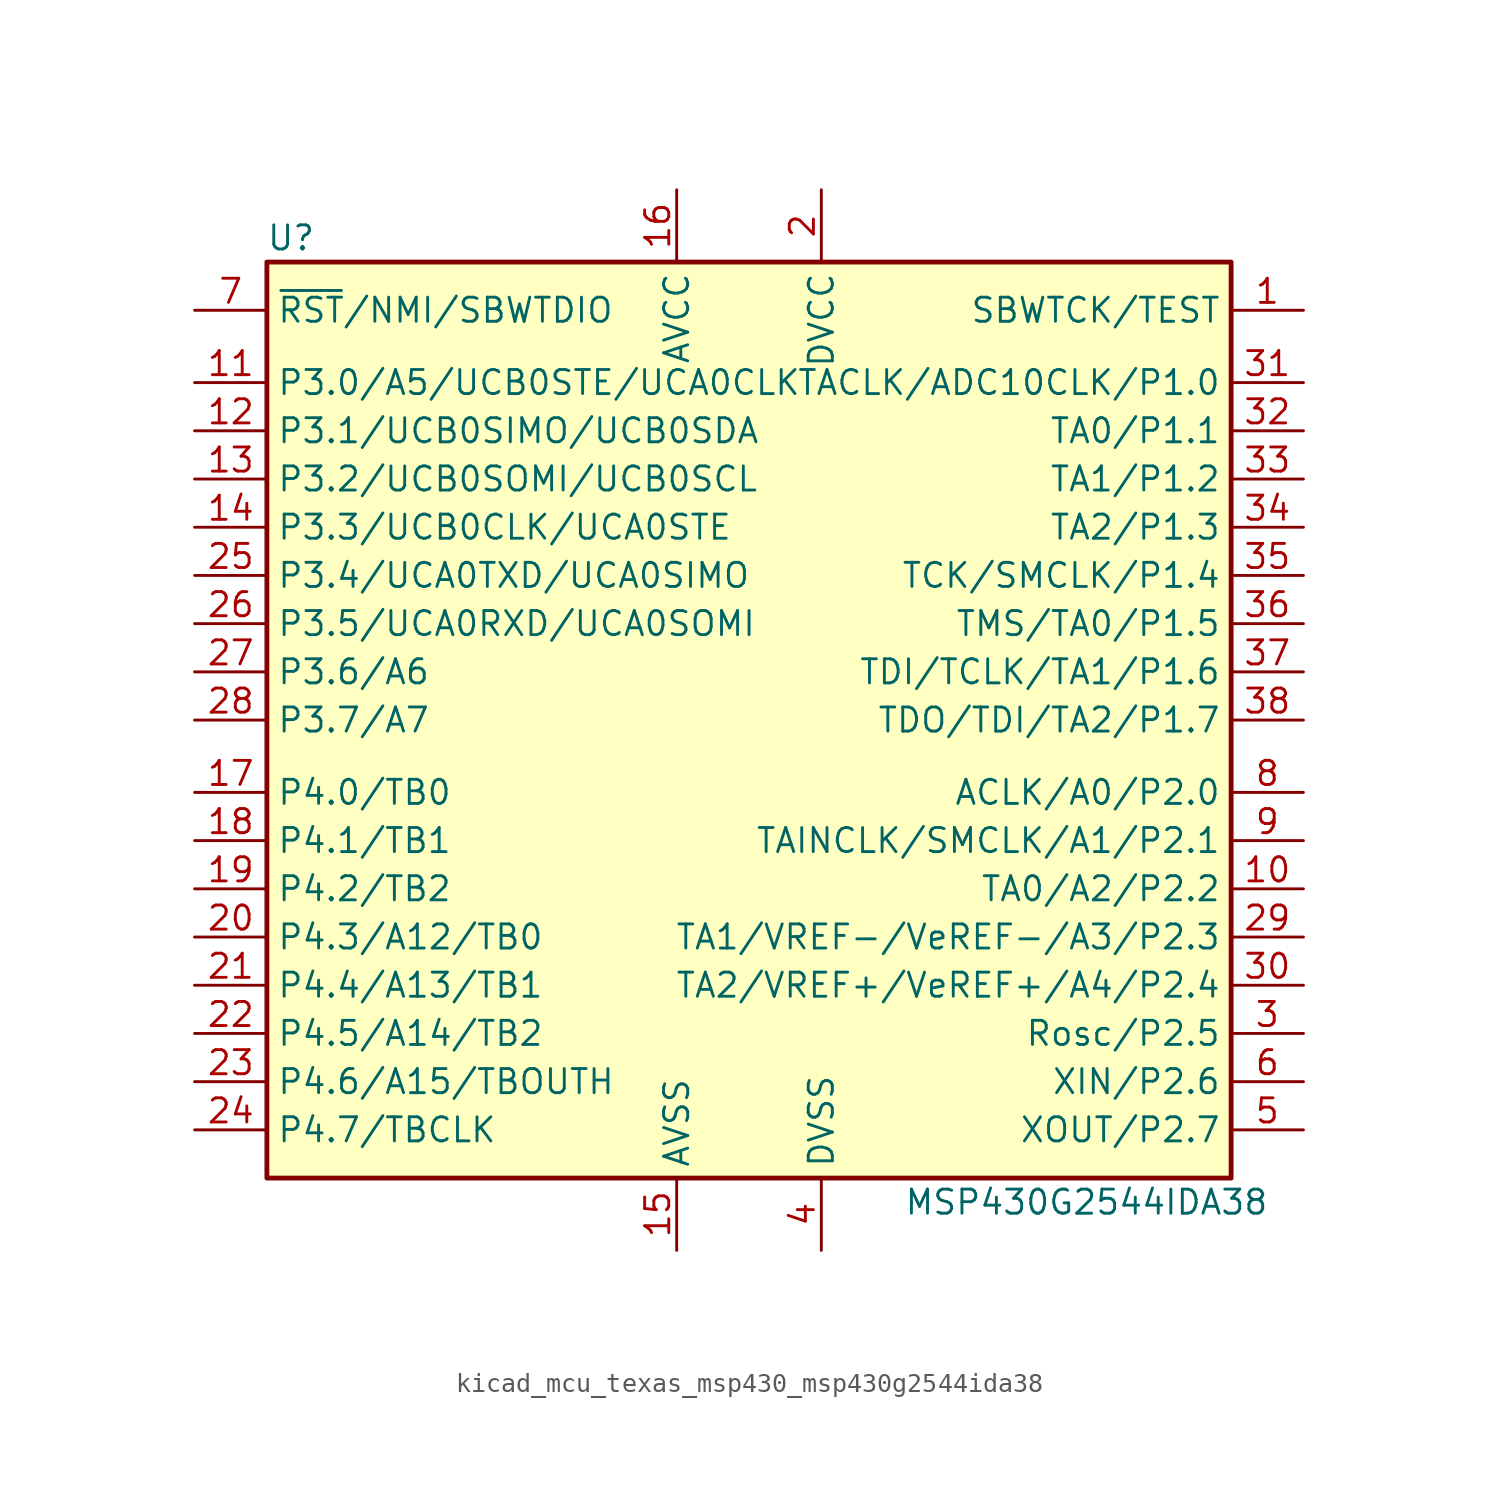
<source format=kicad_sym>
(kicad_symbol_lib
  (version 20220914)
  (generator kicad_symbol_editor)
  (symbol "kicad_mcu_texas_msp430_msp430g2544ida38"
    (property "Reference" "U"
      (at -24.13 25.4 0)
      (effects (font (size 1.27 1.27))))
    (property "Value" "MSP430G2544IDA38"
      (at 17.78 -25.4 0)
      (effects (font (size 1.27 1.27))))
    (symbol "kicad_mcu_texas_msp430_msp430g2544ida38_0_1"
      (rectangle (start -25.4 24.13) (end 25.4 -24.13) (stroke (width 0.254) (type default)) (fill (type background))))
    (symbol "kicad_mcu_texas_msp430_msp430g2544ida38_1_1"
      (pin input line (at 29.21 21.59 180) (length 3.81) (name "SBWTCK/TEST" (effects (font (size 1.27 1.27)))) (number "1" (effects (font (size 1.27 1.27)))))
      (pin bidirectional line (at 29.21 -8.89 180) (length 3.81) (name "TA0/A2/P2.2" (effects (font (size 1.27 1.27)))) (number "10" (effects (font (size 1.27 1.27)))))
      (pin bidirectional line (at -29.21 17.78 0) (length 3.81) (name "P3.0/A5/UCB0STE/UCA0CLK" (effects (font (size 1.27 1.27)))) (number "11" (effects (font (size 1.27 1.27)))))
      (pin bidirectional line (at -29.21 15.24 0) (length 3.81) (name "P3.1/UCB0SIMO/UCB0SDA" (effects (font (size 1.27 1.27)))) (number "12" (effects (font (size 1.27 1.27)))))
      (pin bidirectional line (at -29.21 12.7 0) (length 3.81) (name "P3.2/UCB0SOMI/UCB0SCL" (effects (font (size 1.27 1.27)))) (number "13" (effects (font (size 1.27 1.27)))))
      (pin bidirectional line (at -29.21 10.16 0) (length 3.81) (name "P3.3/UCB0CLK/UCA0STE" (effects (font (size 1.27 1.27)))) (number "14" (effects (font (size 1.27 1.27)))))
      (pin power_in line (at -3.81 -27.94 90) (length 3.81) (name "AVSS" (effects (font (size 1.27 1.27)))) (number "15" (effects (font (size 1.27 1.27)))))
      (pin power_in line (at -3.81 27.94 270) (length 3.81) (name "AVCC" (effects (font (size 1.27 1.27)))) (number "16" (effects (font (size 1.27 1.27)))))
      (pin bidirectional line (at -29.21 -3.81 0) (length 3.81) (name "P4.0/TB0" (effects (font (size 1.27 1.27)))) (number "17" (effects (font (size 1.27 1.27)))))
      (pin bidirectional line (at -29.21 -6.35 0) (length 3.81) (name "P4.1/TB1" (effects (font (size 1.27 1.27)))) (number "18" (effects (font (size 1.27 1.27)))))
      (pin bidirectional line (at -29.21 -8.89 0) (length 3.81) (name "P4.2/TB2" (effects (font (size 1.27 1.27)))) (number "19" (effects (font (size 1.27 1.27)))))
      (pin power_in line (at 3.81 27.94 270) (length 3.81) (name "DVCC" (effects (font (size 1.27 1.27)))) (number "2" (effects (font (size 1.27 1.27)))))
      (pin bidirectional line (at -29.21 -11.43 0) (length 3.81) (name "P4.3/A12/TB0" (effects (font (size 1.27 1.27)))) (number "20" (effects (font (size 1.27 1.27)))))
      (pin bidirectional line (at -29.21 -13.97 0) (length 3.81) (name "P4.4/A13/TB1" (effects (font (size 1.27 1.27)))) (number "21" (effects (font (size 1.27 1.27)))))
      (pin bidirectional line (at -29.21 -16.51 0) (length 3.81) (name "P4.5/A14/TB2" (effects (font (size 1.27 1.27)))) (number "22" (effects (font (size 1.27 1.27)))))
      (pin bidirectional line (at -29.21 -19.05 0) (length 3.81) (name "P4.6/A15/TBOUTH" (effects (font (size 1.27 1.27)))) (number "23" (effects (font (size 1.27 1.27)))))
      (pin bidirectional line (at -29.21 -21.59 0) (length 3.81) (name "P4.7/TBCLK" (effects (font (size 1.27 1.27)))) (number "24" (effects (font (size 1.27 1.27)))))
      (pin bidirectional line (at -29.21 7.62 0) (length 3.81) (name "P3.4/UCA0TXD/UCA0SIMO" (effects (font (size 1.27 1.27)))) (number "25" (effects (font (size 1.27 1.27)))))
      (pin bidirectional line (at -29.21 5.08 0) (length 3.81) (name "P3.5/UCA0RXD/UCA0SOMI" (effects (font (size 1.27 1.27)))) (number "26" (effects (font (size 1.27 1.27)))))
      (pin bidirectional line (at -29.21 2.54 0) (length 3.81) (name "P3.6/A6" (effects (font (size 1.27 1.27)))) (number "27" (effects (font (size 1.27 1.27)))))
      (pin bidirectional line (at -29.21 0 0) (length 3.81) (name "P3.7/A7" (effects (font (size 1.27 1.27)))) (number "28" (effects (font (size 1.27 1.27)))))
      (pin bidirectional line (at 29.21 -11.43 180) (length 3.81) (name "TA1/VREF-/VeREF-/A3/P2.3" (effects (font (size 1.27 1.27)))) (number "29" (effects (font (size 1.27 1.27)))))
      (pin bidirectional line (at 29.21 -16.51 180) (length 3.81) (name "Rosc/P2.5" (effects (font (size 1.27 1.27)))) (number "3" (effects (font (size 1.27 1.27)))))
      (pin bidirectional line (at 29.21 -13.97 180) (length 3.81) (name "TA2/VREF+/VeREF+/A4/P2.4" (effects (font (size 1.27 1.27)))) (number "30" (effects (font (size 1.27 1.27)))))
      (pin bidirectional line (at 29.21 17.78 180) (length 3.81) (name "TACLK/ADC10CLK/P1.0" (effects (font (size 1.27 1.27)))) (number "31" (effects (font (size 1.27 1.27)))))
      (pin bidirectional line (at 29.21 15.24 180) (length 3.81) (name "TA0/P1.1" (effects (font (size 1.27 1.27)))) (number "32" (effects (font (size 1.27 1.27)))))
      (pin bidirectional line (at 29.21 12.7 180) (length 3.81) (name "TA1/P1.2" (effects (font (size 1.27 1.27)))) (number "33" (effects (font (size 1.27 1.27)))))
      (pin bidirectional line (at 29.21 10.16 180) (length 3.81) (name "TA2/P1.3" (effects (font (size 1.27 1.27)))) (number "34" (effects (font (size 1.27 1.27)))))
      (pin bidirectional line (at 29.21 7.62 180) (length 3.81) (name "TCK/SMCLK/P1.4" (effects (font (size 1.27 1.27)))) (number "35" (effects (font (size 1.27 1.27)))))
      (pin bidirectional line (at 29.21 5.08 180) (length 3.81) (name "TMS/TA0/P1.5" (effects (font (size 1.27 1.27)))) (number "36" (effects (font (size 1.27 1.27)))))
      (pin bidirectional line (at 29.21 2.54 180) (length 3.81) (name "TDI/TCLK/TA1/P1.6" (effects (font (size 1.27 1.27)))) (number "37" (effects (font (size 1.27 1.27)))))
      (pin bidirectional line (at 29.21 0 180) (length 3.81) (name "TDO/TDI/TA2/P1.7" (effects (font (size 1.27 1.27)))) (number "38" (effects (font (size 1.27 1.27)))))
      (pin power_in line (at 3.81 -27.94 90) (length 3.81) (name "DVSS" (effects (font (size 1.27 1.27)))) (number "4" (effects (font (size 1.27 1.27)))))
      (pin bidirectional line (at 29.21 -21.59 180) (length 3.81) (name "XOUT/P2.7" (effects (font (size 1.27 1.27)))) (number "5" (effects (font (size 1.27 1.27)))))
      (pin bidirectional line (at 29.21 -19.05 180) (length 3.81) (name "XIN/P2.6" (effects (font (size 1.27 1.27)))) (number "6" (effects (font (size 1.27 1.27)))))
      (pin input line (at -29.21 21.59 0) (length 3.81) (name "~{RST}/NMI/SBWTDIO" (effects (font (size 1.27 1.27)))) (number "7" (effects (font (size 1.27 1.27)))))
      (pin bidirectional line (at 29.21 -3.81 180) (length 3.81) (name "ACLK/A0/P2.0" (effects (font (size 1.27 1.27)))) (number "8" (effects (font (size 1.27 1.27)))))
      (pin bidirectional line (at 29.21 -6.35 180) (length 3.81) (name "TAINCLK/SMCLK/A1/P2.1" (effects (font (size 1.27 1.27)))) (number "9" (effects (font (size 1.27 1.27))))))))
</source>
